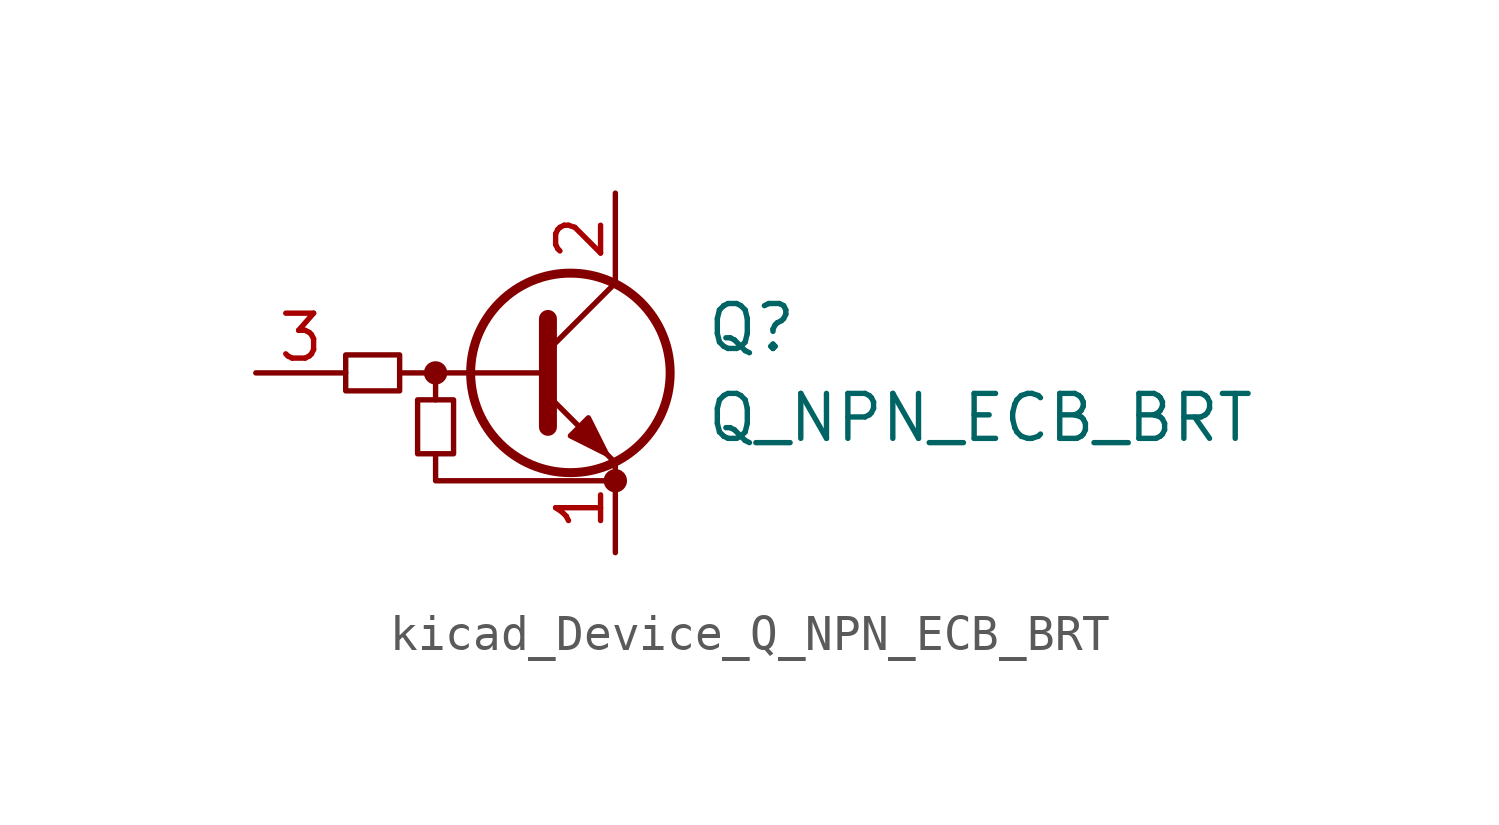
<source format=kicad_sym>
(kicad_symbol_lib
  (version 20220914)
  (generator kicad_symbol_editor)
  (symbol "kicad_Device_Q_NPN_ECB_BRT"
    (pin_names hide)
    (property "Reference" "Q"
      (at 3.81 1.27 0)
      (effects (font (size 1.27 1.27)) (justify left)))
    (property "Value" "Q_NPN_ECB_BRT"
      (at 3.81 -1.27 0)
      (effects (font (size 1.27 1.27)) (justify left)))
    (symbol "kicad_Device_Q_NPN_ECB_BRT_0_1"
      (rectangle (start -6.35 0.508) (end -4.826 -0.508) (stroke (width 0) (type default)) (fill (type none)))
      (rectangle (start -4.318 -2.286) (end -3.302 -0.762) (stroke (width 0) (type default)) (fill (type none)))
      (circle (center -3.81 0) (radius 0.254) (stroke (width 0) (type default)) (fill (type outline)))
      (polyline (pts (xy -3.81 -0.762) (xy -3.81 0)) (stroke (width 0) (type default)) (fill (type none)))
      (polyline (pts (xy -0.762 0) (xy -4.826 0)) (stroke (width 0) (type default)) (fill (type none)))
      (polyline (pts (xy -0.635 1.524) (xy -0.635 -1.524)) (stroke (width 0.508) (type default)) (fill (type none)))
      (polyline (pts (xy -3.81 -2.286) (xy -3.81 -3.048) (xy 1.27 -3.048)) (stroke (width 0) (type default)) (fill (type none)))
      (circle (center 1.27 -3.048) (radius 0.254) (stroke (width 0) (type default)) (fill (type outline))))
    (symbol "kicad_Device_Q_NPN_ECB_BRT_1_1"
      (polyline (pts (xy -0.635 0.635) (xy 1.27 2.54)) (stroke (width 0) (type default)) (fill (type none)))
      (polyline (pts (xy -0.635 -0.635) (xy 1.27 -2.54) (xy 1.27 -2.54)) (stroke (width 0) (type default)) (fill (type none)))
      (polyline (pts (xy 0 -1.778) (xy 0.508 -1.27) (xy 1.016 -2.286) (xy 0 -1.778) (xy 0 -1.778)) (stroke (width 0) (type default)) (fill (type outline)))
      (circle (center 0 0) (radius 2.819) (stroke (width 0.254) (type default)) (fill (type none)))
      (pin passive line (at 1.27 -5.08 90) (length 2.54) (name "E" (effects (font (size 1.27 1.27)))) (number "1" (effects (font (size 1.27 1.27)))))
      (pin passive line (at 1.27 5.08 270) (length 2.54) (name "C" (effects (font (size 1.27 1.27)))) (number "2" (effects (font (size 1.27 1.27)))))
      (pin input line (at -8.89 0 0) (length 2.54) (name "B" (effects (font (size 1.27 1.27)))) (number "3" (effects (font (size 1.27 1.27))))))))
</source>
